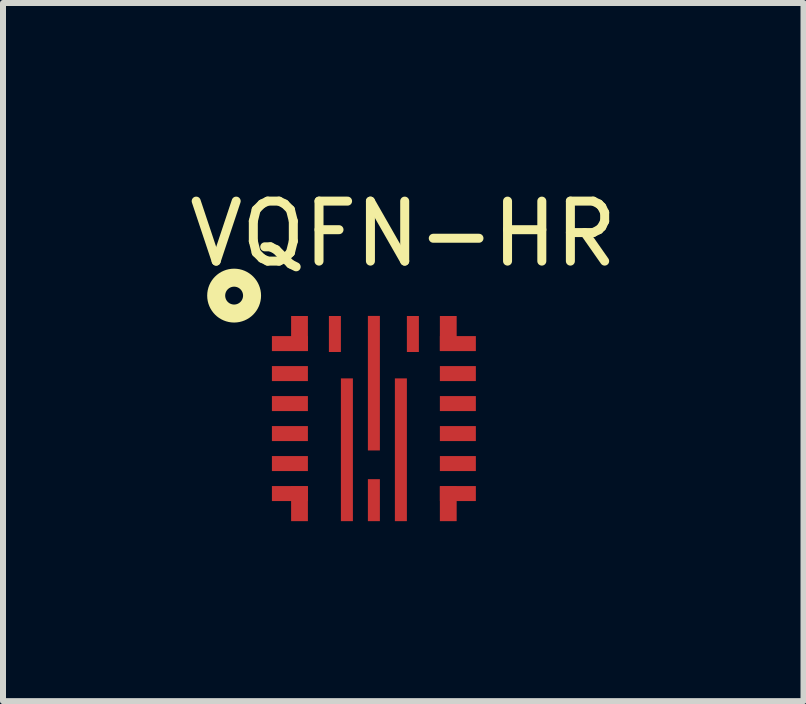
<source format=kicad_pcb>
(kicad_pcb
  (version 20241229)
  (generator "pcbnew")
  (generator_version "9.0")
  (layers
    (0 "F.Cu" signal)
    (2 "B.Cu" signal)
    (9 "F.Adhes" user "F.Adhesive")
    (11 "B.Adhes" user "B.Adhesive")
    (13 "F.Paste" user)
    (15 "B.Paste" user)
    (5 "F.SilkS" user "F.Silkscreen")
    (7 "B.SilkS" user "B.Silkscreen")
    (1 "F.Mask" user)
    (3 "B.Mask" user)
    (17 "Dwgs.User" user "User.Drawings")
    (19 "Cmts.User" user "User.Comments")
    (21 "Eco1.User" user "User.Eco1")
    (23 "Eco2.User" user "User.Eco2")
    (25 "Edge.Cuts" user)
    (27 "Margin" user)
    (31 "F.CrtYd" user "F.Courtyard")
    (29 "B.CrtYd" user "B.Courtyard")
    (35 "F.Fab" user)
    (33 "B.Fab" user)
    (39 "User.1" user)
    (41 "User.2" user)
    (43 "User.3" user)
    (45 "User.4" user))
  (footprint "VQFN-HR"
    (layer "F.Cu")
    (at 3.183 5.288)
    (property "Reference" "VQFN-HR" (at 0.49 -4.44 0) (layer "F.SilkS") (effects (font (size 1 1) (thickness 0.15))))
    (attr through_hole)
    (fp_circle (center -2.33 -3.41) (end -2.181 -3.41) (stroke (width 0.3) (type solid)) (fill no) (layer "F.SilkS"))
    (pad "1" smd rect (at -1.4 -2.61) (size 0.6 0.25) (layers "F.Cu" "F.Mask" "F.Paste"))
    (pad "1" smd rect (at -1.24 -2.78 90) (size 0.58 0.28) (layers "F.Cu" "F.Mask" "F.Paste"))
    (pad "2" smd rect (at -1.4 -2.11) (size 0.6 0.25) (layers "F.Cu" "F.Mask" "F.Paste"))
    (pad "3" smd rect (at -1.4 -1.61) (size 0.6 0.25) (layers "F.Cu" "F.Mask" "F.Paste"))
    (pad "4" smd rect (at -1.4 -1.11) (size 0.6 0.25) (layers "F.Cu" "F.Mask" "F.Paste"))
    (pad "5" smd rect (at -1.4 -0.61) (size 0.6 0.25) (layers "F.Cu" "F.Mask" "F.Paste"))
    (pad "6" smd rect (at -1.4 -0.11) (size 0.6 0.25) (layers "F.Cu" "F.Mask" "F.Paste"))
    (pad "6" smd rect (at -1.24 0.06 90) (size 0.58 0.28) (layers "F.Cu" "F.Mask" "F.Paste"))
    (pad "7" smd rect (at -0.45 -0.84 90) (size 2.38 0.2) (layers "F.Cu" "F.Mask" "F.Paste"))
    (pad "8" smd rect (at 0 0 90) (size 0.7 0.2) (layers "F.Cu" "F.Mask" "F.Paste"))
    (pad "9" smd rect (at 0.45 -0.84 90) (size 2.38 0.2) (layers "F.Cu" "F.Mask" "F.Paste"))
    (pad "10" smd rect (at 1.24 0.06 90) (size 0.58 0.28) (layers "F.Cu" "F.Mask" "F.Paste"))
    (pad "10" smd rect (at 1.4 -0.11) (size 0.6 0.25) (layers "F.Cu" "F.Mask" "F.Paste"))
    (pad "11" smd rect (at 1.4 -0.61) (size 0.6 0.25) (layers "F.Cu" "F.Mask" "F.Paste"))
    (pad "12" smd rect (at 1.4 -1.11) (size 0.6 0.25) (layers "F.Cu" "F.Mask" "F.Paste"))
    (pad "13" smd rect (at 1.4 -1.61) (size 0.6 0.25) (layers "F.Cu" "F.Mask" "F.Paste"))
    (pad "14" smd rect (at 1.4 -2.11) (size 0.6 0.25) (layers "F.Cu" "F.Mask" "F.Paste"))
    (pad "15" smd rect (at 1.24 -2.78 90) (size 0.58 0.28) (layers "F.Cu" "F.Mask" "F.Paste"))
    (pad "15" smd rect (at 1.4 -2.61) (size 0.6 0.25) (layers "F.Cu" "F.Mask" "F.Paste"))
    (pad "16" smd rect (at 0.65 -2.77 90) (size 0.6 0.2) (layers "F.Cu" "F.Mask" "F.Paste"))
    (pad "17" smd rect (at 0 -1.95 90) (size 2.243 0.2) (layers "F.Cu" "F.Mask" "F.Paste"))
    (pad "18" smd rect (at -0.65 -2.77 90) (size 0.6 0.2) (layers "F.Cu" "F.Mask" "F.Paste")))
  (gr_rect
    (start -3 -3)
    (end 10.345 8.638)
    (stroke (width 0.1) (type default))
    (fill no)
    (layer "Edge.Cuts")))
</source>
